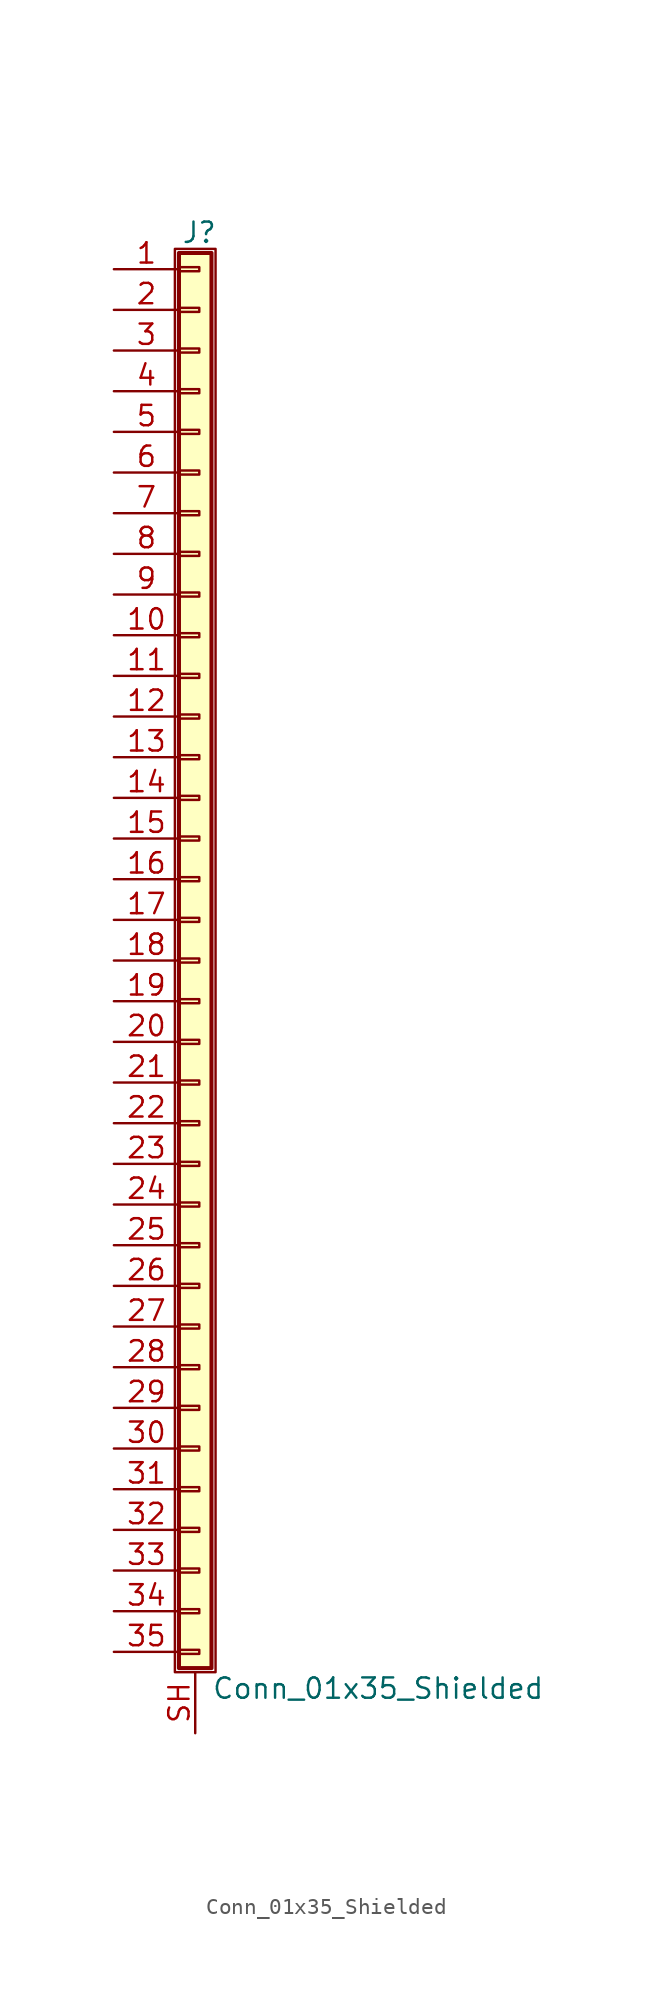
<source format=kicad_sym>
(kicad_symbol_lib
  (version 20201005)
  (generator kicad_symbol_editor)
  (symbol "Connector_Generic_Shielded:Conn_01x35_Shielded"
    (pin_names
      (offset 1.016) hide)
    (property "Reference" "J"
      (at 0.254 45.466 0)
      (effects (font (size 1.27 1.27))))
    (property "Value" "Conn_01x35_Shielded"
      (at 1.016 -45.466 0)
      (effects (font (size 1.27 1.27)) (justify left)))
    (symbol "Conn_01x35_Shielded_1_1"
      (rectangle (start -1.016 -27.813) (end 0.254 -28.067) (stroke (width 0.152)) (fill (type none)))
      (rectangle (start -1.016 -30.353) (end 0.254 -30.607) (stroke (width 0.152)) (fill (type none)))
      (rectangle (start -1.016 -32.893) (end 0.254 -33.147) (stroke (width 0.152)) (fill (type none)))
      (rectangle (start -1.016 -35.433) (end 0.254 -35.687) (stroke (width 0.152)) (fill (type none)))
      (rectangle (start -1.016 -37.973) (end 0.254 -38.227) (stroke (width 0.152)) (fill (type none)))
      (rectangle (start -1.016 -40.513) (end 0.254 -40.767) (stroke (width 0.152)) (fill (type none)))
      (rectangle (start -1.016 -43.053) (end 0.254 -43.307) (stroke (width 0.152)) (fill (type none)))
      (rectangle (start -1.016 -4.953) (end 0.254 -5.207) (stroke (width 0.152)) (fill (type none)))
      (rectangle (start -1.016 -7.493) (end 0.254 -7.747) (stroke (width 0.152)) (fill (type none)))
      (rectangle (start -1.016 -10.033) (end 0.254 -10.287) (stroke (width 0.152)) (fill (type none)))
      (rectangle (start -1.016 -12.573) (end 0.254 -12.827) (stroke (width 0.152)) (fill (type none)))
      (rectangle (start -1.016 -15.113) (end 0.254 -15.367) (stroke (width 0.152)) (fill (type none)))
      (rectangle (start -1.016 -17.653) (end 0.254 -17.907) (stroke (width 0.152)) (fill (type none)))
      (rectangle (start -1.016 -20.193) (end 0.254 -20.447) (stroke (width 0.152)) (fill (type none)))
      (rectangle (start -1.016 -22.733) (end 0.254 -22.987) (stroke (width 0.152)) (fill (type none)))
      (rectangle (start -1.016 -2.413) (end 0.254 -2.667) (stroke (width 0.152)) (fill (type none)))
      (rectangle (start -1.016 -25.273) (end 0.254 -25.527) (stroke (width 0.152)) (fill (type none)))
      (rectangle (start -1.016 25.527) (end 0.254 25.273) (stroke (width 0.152)) (fill (type none)))
      (rectangle (start -1.016 2.667) (end 0.254 2.413) (stroke (width 0.152)) (fill (type none)))
      (rectangle (start -1.016 28.067) (end 0.254 27.813) (stroke (width 0.152)) (fill (type none)))
      (rectangle (start -1.016 30.607) (end 0.254 30.353) (stroke (width 0.152)) (fill (type none)))
      (rectangle (start -1.016 33.147) (end 0.254 32.893) (stroke (width 0.152)) (fill (type none)))
      (rectangle (start -1.016 35.687) (end 0.254 35.433) (stroke (width 0.152)) (fill (type none)))
      (rectangle (start -1.016 38.227) (end 0.254 37.973) (stroke (width 0.152)) (fill (type none)))
      (rectangle (start -1.016 40.767) (end 0.254 40.513) (stroke (width 0.152)) (fill (type none)))
      (rectangle (start -1.016 43.307) (end 0.254 43.053) (stroke (width 0.152)) (fill (type none)))
      (rectangle (start -1.016 44.196) (end 1.016 -44.196) (stroke (width 0.254)) (fill (type background)))
      (rectangle (start -1.016 5.207) (end 0.254 4.953) (stroke (width 0.152)) (fill (type none)))
      (rectangle (start -1.016 7.747) (end 0.254 7.493) (stroke (width 0.152)) (fill (type none)))
      (rectangle (start -1.016 10.287) (end 0.254 10.033) (stroke (width 0.152)) (fill (type none)))
      (rectangle (start -1.016 0.127) (end 0.254 -0.127) (stroke (width 0.152)) (fill (type none)))
      (rectangle (start -1.016 12.827) (end 0.254 12.573) (stroke (width 0.152)) (fill (type none)))
      (rectangle (start -1.016 15.367) (end 0.254 15.113) (stroke (width 0.152)) (fill (type none)))
      (rectangle (start -1.016 17.907) (end 0.254 17.653) (stroke (width 0.152)) (fill (type none)))
      (rectangle (start -1.016 20.447) (end 0.254 20.193) (stroke (width 0.152)) (fill (type none)))
      (rectangle (start -1.016 22.987) (end 0.254 22.733) (stroke (width 0.152)) (fill (type none)))
      (rectangle (start -1.27 44.45) (end 1.27 -44.45) (stroke (width 0.152)) (fill (type none)))
      (pin passive line (at -5.08 43.18 0) (length 4.064) (name "Pin_1" (effects (font (size 1.27 1.27)))) (number "1" (effects (font (size 1.27 1.27)))))
      (pin passive line (at -5.08 20.32 0) (length 4.064) (name "Pin_10" (effects (font (size 1.27 1.27)))) (number "10" (effects (font (size 1.27 1.27)))))
      (pin passive line (at -5.08 17.78 0) (length 4.064) (name "Pin_11" (effects (font (size 1.27 1.27)))) (number "11" (effects (font (size 1.27 1.27)))))
      (pin passive line (at -5.08 15.24 0) (length 4.064) (name "Pin_12" (effects (font (size 1.27 1.27)))) (number "12" (effects (font (size 1.27 1.27)))))
      (pin passive line (at -5.08 12.7 0) (length 4.064) (name "Pin_13" (effects (font (size 1.27 1.27)))) (number "13" (effects (font (size 1.27 1.27)))))
      (pin passive line (at -5.08 10.16 0) (length 4.064) (name "Pin_14" (effects (font (size 1.27 1.27)))) (number "14" (effects (font (size 1.27 1.27)))))
      (pin passive line (at -5.08 7.62 0) (length 4.064) (name "Pin_15" (effects (font (size 1.27 1.27)))) (number "15" (effects (font (size 1.27 1.27)))))
      (pin passive line (at -5.08 5.08 0) (length 4.064) (name "Pin_16" (effects (font (size 1.27 1.27)))) (number "16" (effects (font (size 1.27 1.27)))))
      (pin passive line (at -5.08 2.54 0) (length 4.064) (name "Pin_17" (effects (font (size 1.27 1.27)))) (number "17" (effects (font (size 1.27 1.27)))))
      (pin passive line (at -5.08 0 0) (length 4.064) (name "Pin_18" (effects (font (size 1.27 1.27)))) (number "18" (effects (font (size 1.27 1.27)))))
      (pin passive line (at -5.08 -2.54 0) (length 4.064) (name "Pin_19" (effects (font (size 1.27 1.27)))) (number "19" (effects (font (size 1.27 1.27)))))
      (pin passive line (at -5.08 40.64 0) (length 4.064) (name "Pin_2" (effects (font (size 1.27 1.27)))) (number "2" (effects (font (size 1.27 1.27)))))
      (pin passive line (at -5.08 -5.08 0) (length 4.064) (name "Pin_20" (effects (font (size 1.27 1.27)))) (number "20" (effects (font (size 1.27 1.27)))))
      (pin passive line (at -5.08 -7.62 0) (length 4.064) (name "Pin_21" (effects (font (size 1.27 1.27)))) (number "21" (effects (font (size 1.27 1.27)))))
      (pin passive line (at -5.08 -10.16 0) (length 4.064) (name "Pin_22" (effects (font (size 1.27 1.27)))) (number "22" (effects (font (size 1.27 1.27)))))
      (pin passive line (at -5.08 -12.7 0) (length 4.064) (name "Pin_23" (effects (font (size 1.27 1.27)))) (number "23" (effects (font (size 1.27 1.27)))))
      (pin passive line (at -5.08 -15.24 0) (length 4.064) (name "Pin_24" (effects (font (size 1.27 1.27)))) (number "24" (effects (font (size 1.27 1.27)))))
      (pin passive line (at -5.08 -17.78 0) (length 4.064) (name "Pin_25" (effects (font (size 1.27 1.27)))) (number "25" (effects (font (size 1.27 1.27)))))
      (pin passive line (at -5.08 -20.32 0) (length 4.064) (name "Pin_26" (effects (font (size 1.27 1.27)))) (number "26" (effects (font (size 1.27 1.27)))))
      (pin passive line (at -5.08 -22.86 0) (length 4.064) (name "Pin_27" (effects (font (size 1.27 1.27)))) (number "27" (effects (font (size 1.27 1.27)))))
      (pin passive line (at -5.08 -25.4 0) (length 4.064) (name "Pin_28" (effects (font (size 1.27 1.27)))) (number "28" (effects (font (size 1.27 1.27)))))
      (pin passive line (at -5.08 -27.94 0) (length 4.064) (name "Pin_29" (effects (font (size 1.27 1.27)))) (number "29" (effects (font (size 1.27 1.27)))))
      (pin passive line (at -5.08 38.1 0) (length 4.064) (name "Pin_3" (effects (font (size 1.27 1.27)))) (number "3" (effects (font (size 1.27 1.27)))))
      (pin passive line (at -5.08 -30.48 0) (length 4.064) (name "Pin_30" (effects (font (size 1.27 1.27)))) (number "30" (effects (font (size 1.27 1.27)))))
      (pin passive line (at -5.08 -33.02 0) (length 4.064) (name "Pin_31" (effects (font (size 1.27 1.27)))) (number "31" (effects (font (size 1.27 1.27)))))
      (pin passive line (at -5.08 -35.56 0) (length 4.064) (name "Pin_32" (effects (font (size 1.27 1.27)))) (number "32" (effects (font (size 1.27 1.27)))))
      (pin passive line (at -5.08 -38.1 0) (length 4.064) (name "Pin_33" (effects (font (size 1.27 1.27)))) (number "33" (effects (font (size 1.27 1.27)))))
      (pin passive line (at -5.08 -40.64 0) (length 4.064) (name "Pin_34" (effects (font (size 1.27 1.27)))) (number "34" (effects (font (size 1.27 1.27)))))
      (pin passive line (at -5.08 -43.18 0) (length 4.064) (name "Pin_35" (effects (font (size 1.27 1.27)))) (number "35" (effects (font (size 1.27 1.27)))))
      (pin passive line (at -5.08 35.56 0) (length 4.064) (name "Pin_4" (effects (font (size 1.27 1.27)))) (number "4" (effects (font (size 1.27 1.27)))))
      (pin passive line (at -5.08 33.02 0) (length 4.064) (name "Pin_5" (effects (font (size 1.27 1.27)))) (number "5" (effects (font (size 1.27 1.27)))))
      (pin passive line (at -5.08 30.48 0) (length 4.064) (name "Pin_6" (effects (font (size 1.27 1.27)))) (number "6" (effects (font (size 1.27 1.27)))))
      (pin passive line (at -5.08 27.94 0) (length 4.064) (name "Pin_7" (effects (font (size 1.27 1.27)))) (number "7" (effects (font (size 1.27 1.27)))))
      (pin passive line (at -5.08 25.4 0) (length 4.064) (name "Pin_8" (effects (font (size 1.27 1.27)))) (number "8" (effects (font (size 1.27 1.27)))))
      (pin passive line (at -5.08 22.86 0) (length 4.064) (name "Pin_9" (effects (font (size 1.27 1.27)))) (number "9" (effects (font (size 1.27 1.27)))))
      (pin passive line (at 0 -48.26 90) (length 3.81) (name "Shield" (effects (font (size 1.27 1.27)))) (number "SH" (effects (font (size 1.27 1.27))))))))
</source>
